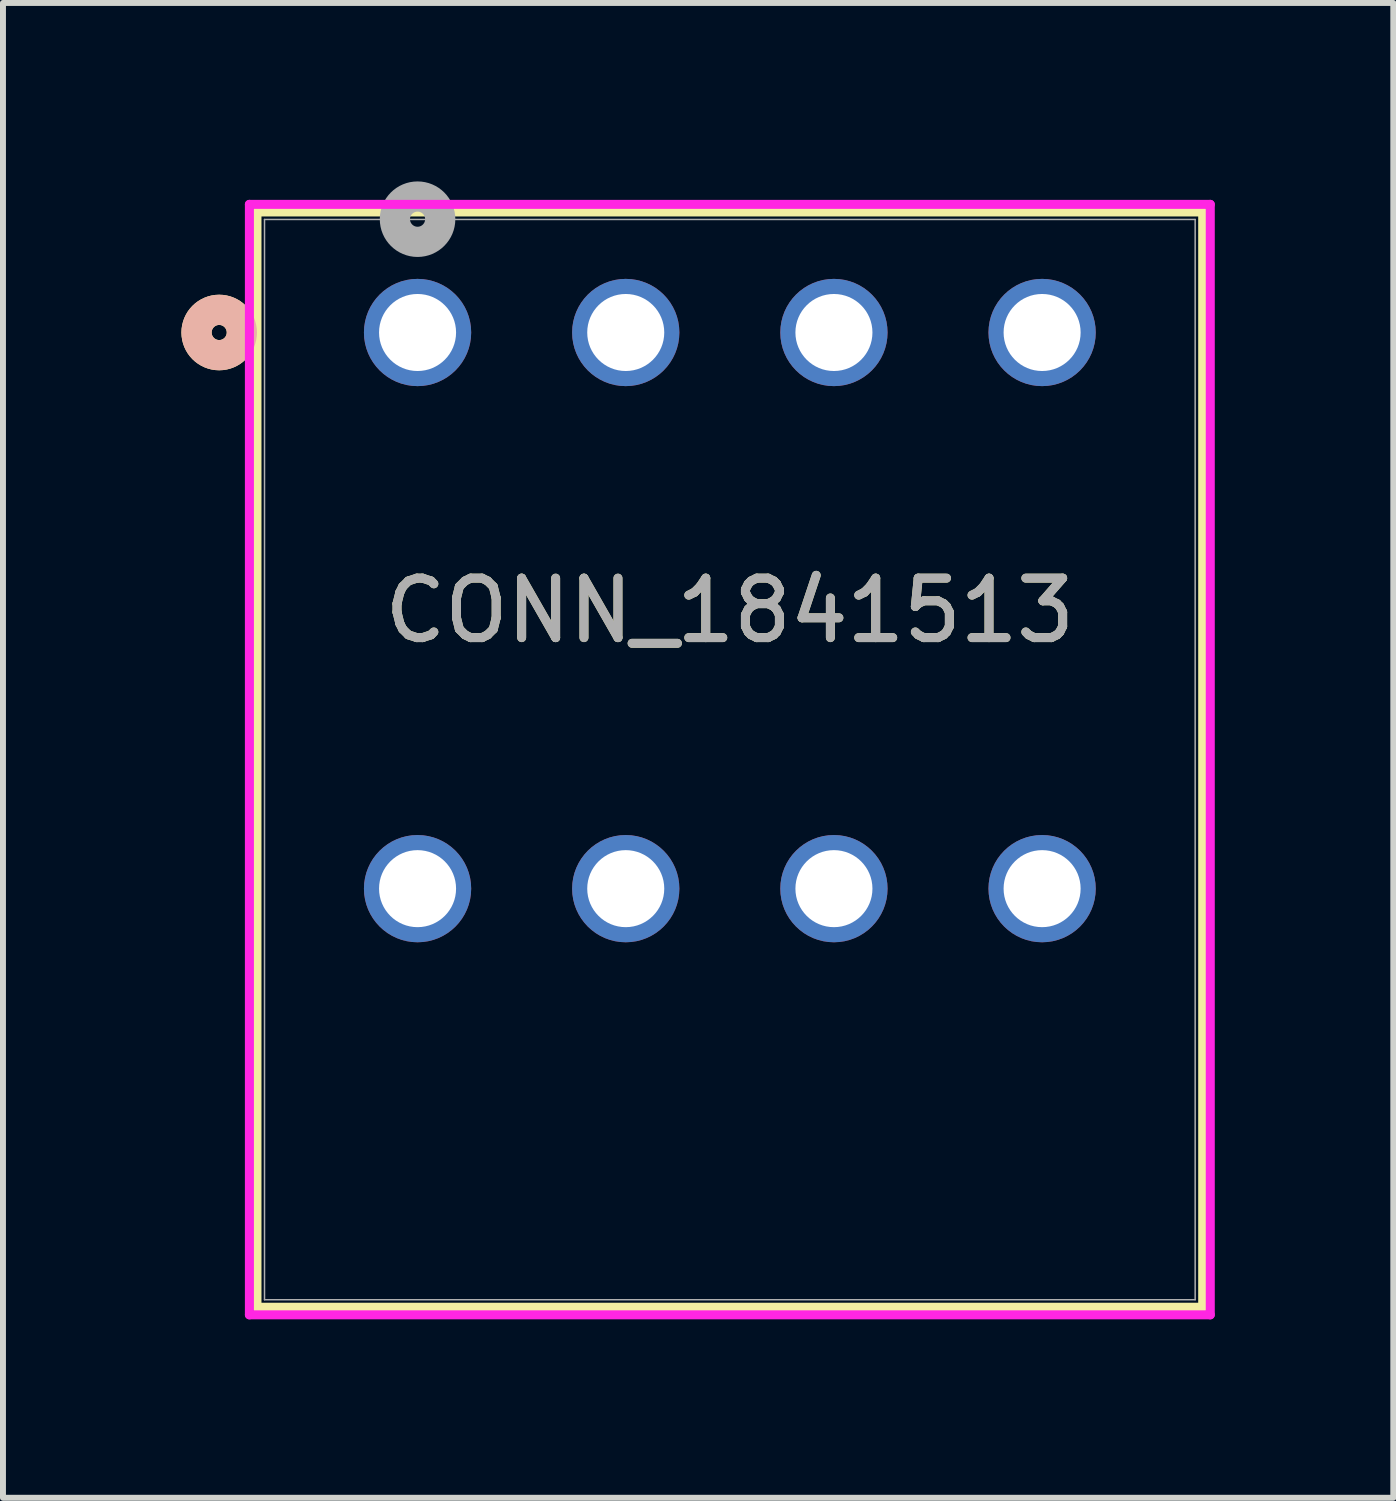
<source format=kicad_pcb>
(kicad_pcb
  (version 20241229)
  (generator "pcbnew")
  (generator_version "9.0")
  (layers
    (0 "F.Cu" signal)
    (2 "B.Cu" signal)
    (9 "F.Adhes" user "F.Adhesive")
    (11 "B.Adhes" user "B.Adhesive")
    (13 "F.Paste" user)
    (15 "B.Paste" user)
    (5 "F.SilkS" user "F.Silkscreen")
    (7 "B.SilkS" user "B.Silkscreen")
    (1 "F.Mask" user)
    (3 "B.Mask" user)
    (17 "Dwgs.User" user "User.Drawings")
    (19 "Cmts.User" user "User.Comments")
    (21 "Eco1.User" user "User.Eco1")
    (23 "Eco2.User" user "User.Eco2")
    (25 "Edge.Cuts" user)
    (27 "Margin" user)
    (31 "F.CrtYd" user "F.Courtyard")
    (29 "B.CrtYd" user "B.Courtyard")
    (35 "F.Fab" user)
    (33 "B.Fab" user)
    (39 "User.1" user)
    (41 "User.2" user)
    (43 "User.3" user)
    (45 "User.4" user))
  (footprint "CONN_1841513"
    (layer "F.Cu")
    (at 14.47 11.89)
    (property "Reference" "CONN_1841513" (at -5.25 -4.675 0) (unlocked yes) (layer "F.SilkS") (effects (font (size 1 1) (thickness 0.15))))
    (attr through_hole)
    (fp_line (start -13.2 -11.377) (end -13.2 7.038) (stroke (width 0.152) (type solid)) (layer "F.SilkS"))
    (fp_line (start -13.2 7.038) (end 2.7 7.038) (stroke (width 0.152) (type solid)) (layer "F.SilkS"))
    (fp_line (start 2.7 -11.377) (end -13.2 -11.377) (stroke (width 0.152) (type solid)) (layer "F.SilkS"))
    (fp_line (start 2.7 7.038) (end 2.7 -11.377) (stroke (width 0.152) (type solid)) (layer "F.SilkS"))
    (fp_circle (center -13.835 -9.35) (end -13.454 -9.35) (stroke (width 0.508) (type solid)) (fill no) (layer "F.SilkS"))
    (fp_circle (center -13.835 -9.35) (end -13.454 -9.35) (stroke (width 0.508) (type solid)) (fill no) (layer "B.SilkS"))
    (fp_line (start -13.327 -11.504) (end -13.327 7.165) (stroke (width 0.152) (type solid)) (layer "F.CrtYd"))
    (fp_line (start -13.327 7.165) (end 2.827 7.165) (stroke (width 0.152) (type solid)) (layer "F.CrtYd"))
    (fp_line (start 2.827 -11.504) (end -13.327 -11.504) (stroke (width 0.152) (type solid)) (layer "F.CrtYd"))
    (fp_line (start 2.827 7.165) (end 2.827 -11.504) (stroke (width 0.152) (type solid)) (layer "F.CrtYd"))
    (fp_line (start -13.073 -11.25) (end -13.073 6.911) (stroke (width 0.025) (type solid)) (layer "F.Fab"))
    (fp_line (start -13.073 6.911) (end 2.573 6.911) (stroke (width 0.025) (type solid)) (layer "F.Fab"))
    (fp_line (start 2.573 -11.25) (end -13.073 -11.25) (stroke (width 0.025) (type solid)) (layer "F.Fab"))
    (fp_line (start 2.573 6.911) (end 2.573 -11.25) (stroke (width 0.025) (type solid)) (layer "F.Fab"))
    (fp_circle (center -10.5 -11.255) (end -10.119 -11.255) (stroke (width 0.508) (type solid)) (fill no) (layer "F.Fab"))
    (fp_text user "${REFERENCE}" (at -5.25 -4.675 0) (unlocked yes) (layer "F.Fab") (effects (font (size 1 1) (thickness 0.15))))
    (pad "1" thru_hole circle (at -10.5 -9.35) (size 1.803 1.803) (drill 1.295) (layers "*.Cu" "*.Mask"))
    (pad "2" thru_hole circle (at -10.5 0) (size 1.803 1.803) (drill 1.295) (layers "*.Cu" "*.Mask"))
    (pad "3" thru_hole circle (at -7 -9.35) (size 1.803 1.803) (drill 1.295) (layers "*.Cu" "*.Mask"))
    (pad "4" thru_hole circle (at -7 0) (size 1.803 1.803) (drill 1.295) (layers "*.Cu" "*.Mask"))
    (pad "5" thru_hole circle (at -3.5 -9.35) (size 1.803 1.803) (drill 1.295) (layers "*.Cu" "*.Mask"))
    (pad "6" thru_hole circle (at -3.5 0) (size 1.803 1.803) (drill 1.295) (layers "*.Cu" "*.Mask"))
    (pad "7" thru_hole circle (at 0 -9.35) (size 1.803 1.803) (drill 1.295) (layers "*.Cu" "*.Mask"))
    (pad "8" thru_hole circle (at 0 0) (size 1.803 1.803) (drill 1.295) (layers "*.Cu" "*.Mask")))
  (gr_rect
    (start -3 -3)
    (end 20.374 22.131)
    (stroke (width 0.1) (type default))
    (fill no)
    (layer "Edge.Cuts")))
</source>
